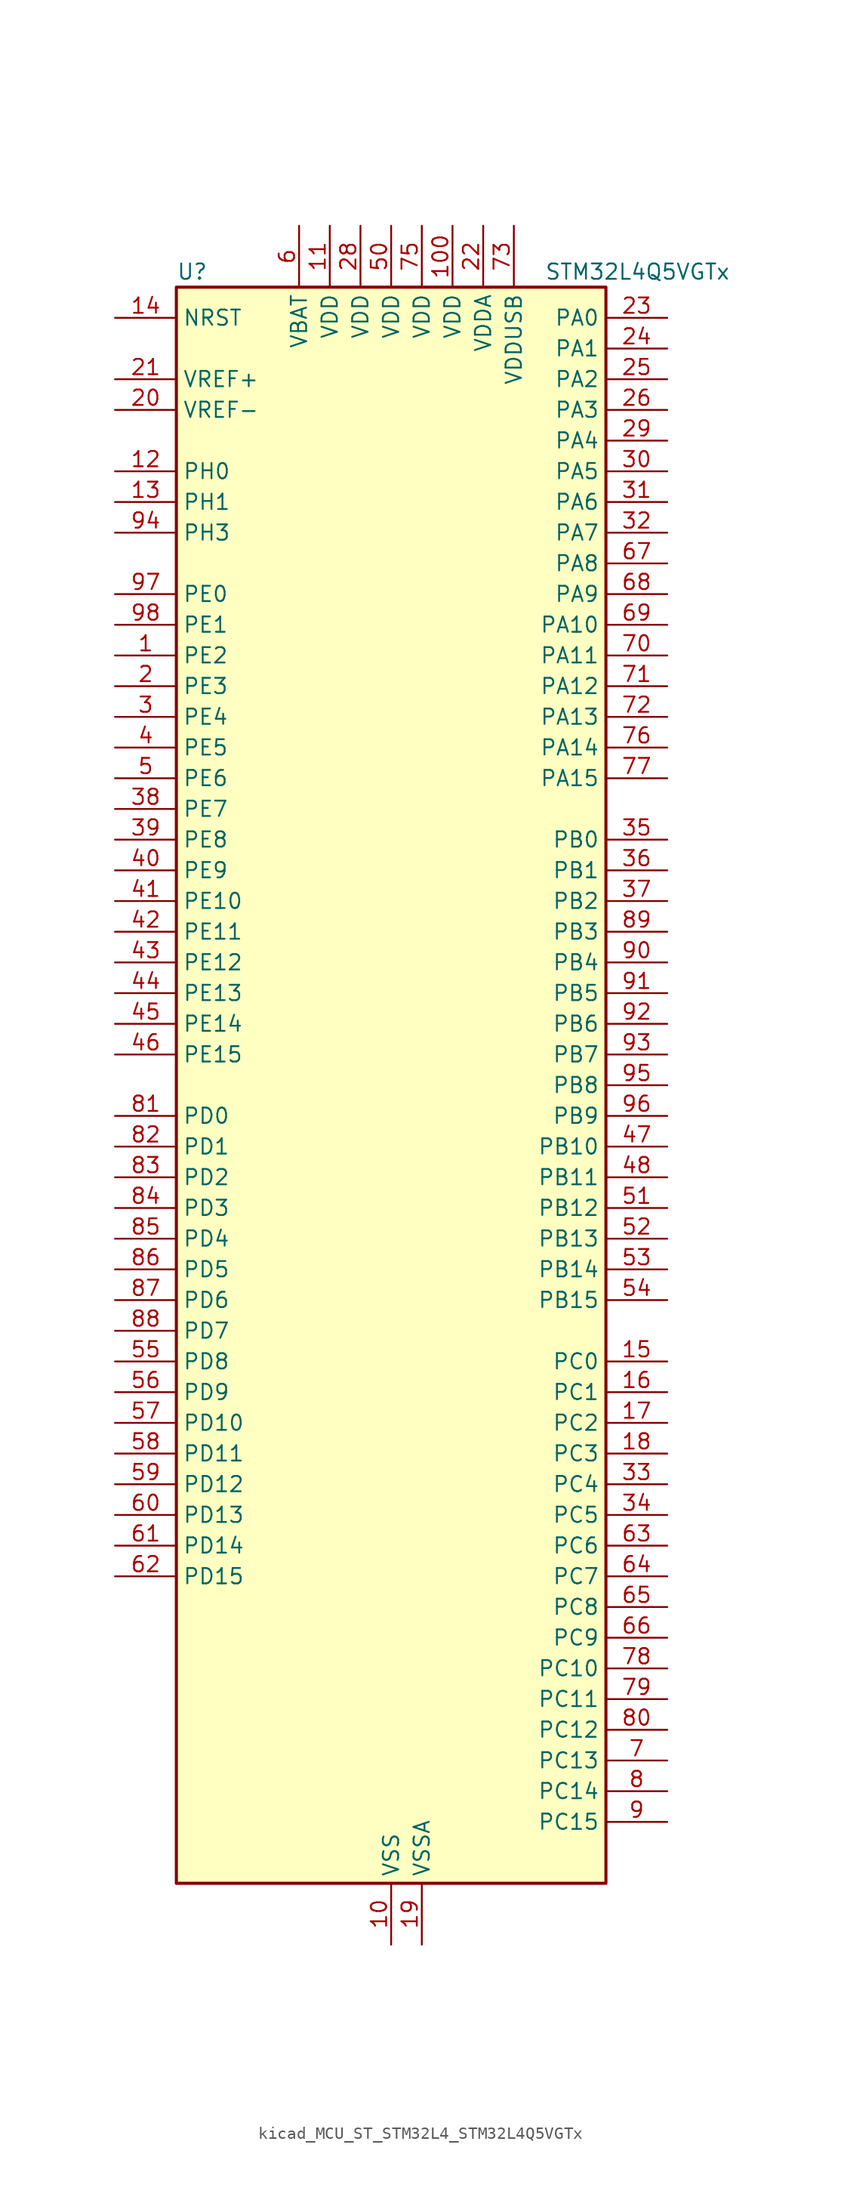
<source format=kicad_sym>
(kicad_symbol_lib
  (version 20220914)
  (generator kicad_symbol_editor)
  (symbol "kicad_MCU_ST_STM32L4_STM32L4Q5VGTx"
    (property "Reference" "U"
      (at -17.78 67.31 0)
      (effects (font (size 1.27 1.27)) (justify left)))
    (property "Value" "STM32L4Q5VGTx"
      (at 12.7 67.31 0)
      (effects (font (size 1.27 1.27)) (justify left)))
    (property "ki_locked" ""
      (at 0 0 0)
      (effects (font (size 1.27 1.27))))
    (symbol "kicad_MCU_ST_STM32L4_STM32L4Q5VGTx_0_1"
      (rectangle (start -17.78 -66.04) (end 17.78 66.04) (stroke (width 0.254) (type default)) (fill (type background))))
    (symbol "kicad_MCU_ST_STM32L4_STM32L4Q5VGTx_1_1"
      (pin bidirectional line (at -22.86 35.56 0) (length 5.08) (name "PE2" (effects (font (size 1.27 1.27)))) (number "1" (effects (font (size 1.27 1.27)))) (alternate "FMC_A23" bidirectional line) (alternate "LTDC_R7" bidirectional line) (alternate "SAI1_CK1" bidirectional line) (alternate "SAI1_MCLK_A" bidirectional line) (alternate "SYS_TRACECLK" bidirectional line) (alternate "TIM3_ETR" bidirectional line) (alternate "TSC_G7_IO1" bidirectional line))
      (pin power_in line (at 0 -71.12 90) (length 5.08) (name "VSS" (effects (font (size 1.27 1.27)))) (number "10" (effects (font (size 1.27 1.27)))))
      (pin power_in line (at 5.08 71.12 270) (length 5.08) (name "VDD" (effects (font (size 1.27 1.27)))) (number "100" (effects (font (size 1.27 1.27)))))
      (pin power_in line (at -5.08 71.12 270) (length 5.08) (name "VDD" (effects (font (size 1.27 1.27)))) (number "11" (effects (font (size 1.27 1.27)))))
      (pin bidirectional line (at -22.86 50.8 0) (length 5.08) (name "PH0" (effects (font (size 1.27 1.27)))) (number "12" (effects (font (size 1.27 1.27)))) (alternate "RCC_OSC_IN" bidirectional line))
      (pin bidirectional line (at -22.86 48.26 0) (length 5.08) (name "PH1" (effects (font (size 1.27 1.27)))) (number "13" (effects (font (size 1.27 1.27)))) (alternate "RCC_OSC_OUT" bidirectional line))
      (pin input line (at -22.86 63.5 0) (length 5.08) (name "NRST" (effects (font (size 1.27 1.27)))) (number "14" (effects (font (size 1.27 1.27)))))
      (pin bidirectional line (at 22.86 -22.86 180) (length 5.08) (name "PC0" (effects (font (size 1.27 1.27)))) (number "15" (effects (font (size 1.27 1.27)))) (alternate "ADC1_IN1" bidirectional line) (alternate "ADC2_IN1" bidirectional line) (alternate "I2C3_SCL" bidirectional line) (alternate "LPTIM1_IN1" bidirectional line) (alternate "LPTIM2_IN1" bidirectional line) (alternate "LPUART1_RX" bidirectional line) (alternate "LTDC_DE" bidirectional line) (alternate "SAI2_FS_A" bidirectional line) (alternate "SDMMC1_CMD" bidirectional line) (alternate "SDMMC2_CKIN" bidirectional line))
      (pin bidirectional line (at 22.86 -25.4 180) (length 5.08) (name "PC1" (effects (font (size 1.27 1.27)))) (number "16" (effects (font (size 1.27 1.27)))) (alternate "ADC1_IN2" bidirectional line) (alternate "ADC2_IN2" bidirectional line) (alternate "I2C3_SDA" bidirectional line) (alternate "LPTIM1_OUT" bidirectional line) (alternate "LPUART1_TX" bidirectional line) (alternate "OCTOSPIM_P1_IO4" bidirectional line) (alternate "SAI1_SD_A" bidirectional line) (alternate "SPI2_MOSI" bidirectional line) (alternate "SYS_TRACED0" bidirectional line))
      (pin bidirectional line (at 22.86 -27.94 180) (length 5.08) (name "PC2" (effects (font (size 1.27 1.27)))) (number "17" (effects (font (size 1.27 1.27)))) (alternate "ADC1_IN3" bidirectional line) (alternate "ADC2_IN3" bidirectional line) (alternate "DFSDM1_CKOUT" bidirectional line) (alternate "LPTIM1_IN2" bidirectional line) (alternate "LTDC_HSYNC" bidirectional line) (alternate "OCTOSPIM_P1_IO5" bidirectional line) (alternate "SPI2_MISO" bidirectional line))
      (pin bidirectional line (at 22.86 -30.48 180) (length 5.08) (name "PC3" (effects (font (size 1.27 1.27)))) (number "18" (effects (font (size 1.27 1.27)))) (alternate "ADC1_IN4" bidirectional line) (alternate "ADC2_IN4" bidirectional line) (alternate "LPTIM1_ETR" bidirectional line) (alternate "LPTIM2_ETR" bidirectional line) (alternate "OCTOSPIM_P1_IO6" bidirectional line) (alternate "SAI1_D1" bidirectional line) (alternate "SAI1_SD_A" bidirectional line) (alternate "SPI2_MOSI" bidirectional line))
      (pin power_in line (at 2.54 -71.12 90) (length 5.08) (name "VSSA" (effects (font (size 1.27 1.27)))) (number "19" (effects (font (size 1.27 1.27)))))
      (pin bidirectional line (at -22.86 33.02 0) (length 5.08) (name "PE3" (effects (font (size 1.27 1.27)))) (number "2" (effects (font (size 1.27 1.27)))) (alternate "FMC_A19" bidirectional line) (alternate "LTDC_R6" bidirectional line) (alternate "OCTOSPIM_P1_DQS" bidirectional line) (alternate "SAI1_SD_B" bidirectional line) (alternate "SYS_TRACED0" bidirectional line) (alternate "TIM3_CH1" bidirectional line) (alternate "TSC_G7_IO2" bidirectional line))
      (pin input line (at -22.86 55.88 0) (length 5.08) (name "VREF-" (effects (font (size 1.27 1.27)))) (number "20" (effects (font (size 1.27 1.27)))))
      (pin input line (at -22.86 58.42 0) (length 5.08) (name "VREF+" (effects (font (size 1.27 1.27)))) (number "21" (effects (font (size 1.27 1.27)))) (alternate "VREFBUF_OUT" bidirectional line))
      (pin power_in line (at 7.62 71.12 270) (length 5.08) (name "VDDA" (effects (font (size 1.27 1.27)))) (number "22" (effects (font (size 1.27 1.27)))))
      (pin bidirectional line (at 22.86 63.5 180) (length 5.08) (name "PA0" (effects (font (size 1.27 1.27)))) (number "23" (effects (font (size 1.27 1.27)))) (alternate "ADC1_IN5" bidirectional line) (alternate "ADC2_IN5" bidirectional line) (alternate "OPAMP1_VINP" bidirectional line) (alternate "RTC_TAMP2" bidirectional line) (alternate "SAI1_EXTCLK" bidirectional line) (alternate "SYS_WKUP1" bidirectional line) (alternate "TIM2_CH1" bidirectional line) (alternate "TIM2_ETR" bidirectional line) (alternate "TIM5_CH1" bidirectional line) (alternate "TIM8_ETR" bidirectional line) (alternate "UART4_TX" bidirectional line) (alternate "USART2_CTS" bidirectional line) (alternate "USART2_NSS" bidirectional line))
      (pin bidirectional line (at 22.86 60.96 180) (length 5.08) (name "PA1" (effects (font (size 1.27 1.27)))) (number "24" (effects (font (size 1.27 1.27)))) (alternate "ADC1_IN6" bidirectional line) (alternate "ADC2_IN6" bidirectional line) (alternate "I2C1_SMBA" bidirectional line) (alternate "OCTOSPIM_P1_DQS" bidirectional line) (alternate "OPAMP1_VINM" bidirectional line) (alternate "SDMMC2_CMD" bidirectional line) (alternate "SPI1_SCK" bidirectional line) (alternate "TIM15_CH1N" bidirectional line) (alternate "TIM2_CH2" bidirectional line) (alternate "TIM5_CH2" bidirectional line) (alternate "UART4_RX" bidirectional line) (alternate "USART2_DE" bidirectional line) (alternate "USART2_RTS" bidirectional line))
      (pin bidirectional line (at 22.86 58.42 180) (length 5.08) (name "PA2" (effects (font (size 1.27 1.27)))) (number "25" (effects (font (size 1.27 1.27)))) (alternate "ADC1_IN7" bidirectional line) (alternate "ADC2_IN7" bidirectional line) (alternate "LPUART1_TX" bidirectional line) (alternate "OCTOSPIM_P1_NCS" bidirectional line) (alternate "RCC_LSCO" bidirectional line) (alternate "SAI2_EXTCLK" bidirectional line) (alternate "SYS_WKUP4" bidirectional line) (alternate "TIM15_CH1" bidirectional line) (alternate "TIM2_CH3" bidirectional line) (alternate "TIM5_CH3" bidirectional line) (alternate "USART2_TX" bidirectional line))
      (pin bidirectional line (at 22.86 55.88 180) (length 5.08) (name "PA3" (effects (font (size 1.27 1.27)))) (number "26" (effects (font (size 1.27 1.27)))) (alternate "ADC1_IN8" bidirectional line) (alternate "ADC2_IN8" bidirectional line) (alternate "LPUART1_RX" bidirectional line) (alternate "OCTOSPIM_P1_CLK" bidirectional line) (alternate "OPAMP1_VOUT" bidirectional line) (alternate "SAI1_CK1" bidirectional line) (alternate "SAI1_MCLK_A" bidirectional line) (alternate "TIM15_CH2" bidirectional line) (alternate "TIM2_CH4" bidirectional line) (alternate "TIM5_CH4" bidirectional line) (alternate "USART2_RX" bidirectional line))
      (pin passive line (at 0 -71.12 90) (length 5.08) hide (name "VSS" (effects (font (size 1.27 1.27)))) (number "27" (effects (font (size 1.27 1.27)))))
      (pin power_in line (at -2.54 71.12 270) (length 5.08) (name "VDD" (effects (font (size 1.27 1.27)))) (number "28" (effects (font (size 1.27 1.27)))))
      (pin bidirectional line (at 22.86 53.34 180) (length 5.08) (name "PA4" (effects (font (size 1.27 1.27)))) (number "29" (effects (font (size 1.27 1.27)))) (alternate "ADC1_IN9" bidirectional line) (alternate "ADC2_IN9" bidirectional line) (alternate "DAC1_OUT1" bidirectional line) (alternate "DCMI_HSYNC" bidirectional line) (alternate "LPTIM2_OUT" bidirectional line) (alternate "LTDC_CLK" bidirectional line) (alternate "OCTOSPIM_P1_NCS" bidirectional line) (alternate "PSSI_DE" bidirectional line) (alternate "SAI1_FS_B" bidirectional line) (alternate "SPI1_NSS" bidirectional line) (alternate "SPI3_NSS" bidirectional line) (alternate "USART2_CK" bidirectional line))
      (pin bidirectional line (at -22.86 30.48 0) (length 5.08) (name "PE4" (effects (font (size 1.27 1.27)))) (number "3" (effects (font (size 1.27 1.27)))) (alternate "DCMI_D4" bidirectional line) (alternate "DFSDM1_DATIN3" bidirectional line) (alternate "FMC_A20" bidirectional line) (alternate "LTDC_B7" bidirectional line) (alternate "PSSI_D4" bidirectional line) (alternate "SAI1_D2" bidirectional line) (alternate "SAI1_FS_A" bidirectional line) (alternate "SYS_TRACED1" bidirectional line) (alternate "TIM3_CH2" bidirectional line) (alternate "TSC_G7_IO3" bidirectional line))
      (pin bidirectional line (at 22.86 50.8 180) (length 5.08) (name "PA5" (effects (font (size 1.27 1.27)))) (number "30" (effects (font (size 1.27 1.27)))) (alternate "ADC1_IN10" bidirectional line) (alternate "ADC2_IN10" bidirectional line) (alternate "DAC1_OUT2" bidirectional line) (alternate "LPTIM2_ETR" bidirectional line) (alternate "LTDC_R7" bidirectional line) (alternate "PSSI_D14" bidirectional line) (alternate "SPI1_SCK" bidirectional line) (alternate "TIM2_CH1" bidirectional line) (alternate "TIM2_ETR" bidirectional line) (alternate "TIM8_CH1N" bidirectional line))
      (pin bidirectional line (at 22.86 48.26 180) (length 5.08) (name "PA6" (effects (font (size 1.27 1.27)))) (number "31" (effects (font (size 1.27 1.27)))) (alternate "ADC1_IN11" bidirectional line) (alternate "ADC2_IN11" bidirectional line) (alternate "DCMI_PIXCLK" bidirectional line) (alternate "LPUART1_CTS" bidirectional line) (alternate "OCTOSPIM_P1_IO3" bidirectional line) (alternate "OPAMP2_VINP" bidirectional line) (alternate "PSSI_PDCK" bidirectional line) (alternate "SPI1_MISO" bidirectional line) (alternate "TIM16_CH1" bidirectional line) (alternate "TIM1_BKIN" bidirectional line) (alternate "TIM3_CH1" bidirectional line) (alternate "TIM8_BKIN" bidirectional line) (alternate "USART3_CTS" bidirectional line) (alternate "USART3_NSS" bidirectional line))
      (pin bidirectional line (at 22.86 45.72 180) (length 5.08) (name "PA7" (effects (font (size 1.27 1.27)))) (number "32" (effects (font (size 1.27 1.27)))) (alternate "ADC1_IN12" bidirectional line) (alternate "ADC2_IN12" bidirectional line) (alternate "I2C3_SCL" bidirectional line) (alternate "OCTOSPIM_P1_IO2" bidirectional line) (alternate "OPAMP2_VINM" bidirectional line) (alternate "SPI1_MOSI" bidirectional line) (alternate "TIM17_CH1" bidirectional line) (alternate "TIM1_CH1N" bidirectional line) (alternate "TIM3_CH2" bidirectional line) (alternate "TIM8_CH1N" bidirectional line))
      (pin bidirectional line (at 22.86 -33.02 180) (length 5.08) (name "PC4" (effects (font (size 1.27 1.27)))) (number "33" (effects (font (size 1.27 1.27)))) (alternate "ADC1_IN13" bidirectional line) (alternate "ADC2_IN13" bidirectional line) (alternate "COMP1_INM" bidirectional line) (alternate "OCTOSPIM_P1_IO7" bidirectional line) (alternate "OCTOSPIM_P2_NCS" bidirectional line) (alternate "USART3_TX" bidirectional line))
      (pin bidirectional line (at 22.86 -35.56 180) (length 5.08) (name "PC5" (effects (font (size 1.27 1.27)))) (number "34" (effects (font (size 1.27 1.27)))) (alternate "ADC1_IN14" bidirectional line) (alternate "ADC2_IN14" bidirectional line) (alternate "COMP1_INP" bidirectional line) (alternate "LTDC_CLK" bidirectional line) (alternate "PSSI_D15" bidirectional line) (alternate "SAI1_D3" bidirectional line) (alternate "SYS_WKUP5" bidirectional line) (alternate "USART3_RX" bidirectional line))
      (pin bidirectional line (at 22.86 20.32 180) (length 5.08) (name "PB0" (effects (font (size 1.27 1.27)))) (number "35" (effects (font (size 1.27 1.27)))) (alternate "ADC1_IN15" bidirectional line) (alternate "ADC2_IN15" bidirectional line) (alternate "COMP1_OUT" bidirectional line) (alternate "LTDC_B6" bidirectional line) (alternate "OCTOSPIM_P1_IO1" bidirectional line) (alternate "OPAMP2_VOUT" bidirectional line) (alternate "SAI1_EXTCLK" bidirectional line) (alternate "SPI1_NSS" bidirectional line) (alternate "TIM1_CH2N" bidirectional line) (alternate "TIM3_CH3" bidirectional line) (alternate "TIM8_CH2N" bidirectional line) (alternate "USART3_CK" bidirectional line))
      (pin bidirectional line (at 22.86 17.78 180) (length 5.08) (name "PB1" (effects (font (size 1.27 1.27)))) (number "36" (effects (font (size 1.27 1.27)))) (alternate "ADC1_IN16" bidirectional line) (alternate "ADC2_IN16" bidirectional line) (alternate "COMP1_INM" bidirectional line) (alternate "DFSDM1_DATIN0" bidirectional line) (alternate "LPTIM2_IN1" bidirectional line) (alternate "LPUART1_DE" bidirectional line) (alternate "LPUART1_RTS" bidirectional line) (alternate "LTDC_G6" bidirectional line) (alternate "OCTOSPIM_P1_IO0" bidirectional line) (alternate "TIM1_CH3N" bidirectional line) (alternate "TIM3_CH4" bidirectional line) (alternate "TIM8_CH3N" bidirectional line) (alternate "USART3_DE" bidirectional line) (alternate "USART3_RTS" bidirectional line))
      (pin bidirectional line (at 22.86 15.24 180) (length 5.08) (name "PB2" (effects (font (size 1.27 1.27)))) (number "37" (effects (font (size 1.27 1.27)))) (alternate "COMP1_INP" bidirectional line) (alternate "DFSDM1_CKIN0" bidirectional line) (alternate "I2C3_SMBA" bidirectional line) (alternate "LPTIM1_OUT" bidirectional line) (alternate "OCTOSPIM_P1_DQS" bidirectional line) (alternate "RTC_OUT2" bidirectional line))
      (pin bidirectional line (at -22.86 22.86 0) (length 5.08) (name "PE7" (effects (font (size 1.27 1.27)))) (number "38" (effects (font (size 1.27 1.27)))) (alternate "DFSDM1_DATIN2" bidirectional line) (alternate "FMC_D4" bidirectional line) (alternate "FMC_DA4" bidirectional line) (alternate "LTDC_B6" bidirectional line) (alternate "SAI1_SD_B" bidirectional line) (alternate "TIM1_ETR" bidirectional line))
      (pin bidirectional line (at -22.86 20.32 0) (length 5.08) (name "PE8" (effects (font (size 1.27 1.27)))) (number "39" (effects (font (size 1.27 1.27)))) (alternate "DFSDM1_CKIN2" bidirectional line) (alternate "FMC_D5" bidirectional line) (alternate "FMC_DA5" bidirectional line) (alternate "LTDC_B7" bidirectional line) (alternate "SAI1_SCK_B" bidirectional line) (alternate "TIM1_CH1N" bidirectional line))
      (pin bidirectional line (at -22.86 27.94 0) (length 5.08) (name "PE5" (effects (font (size 1.27 1.27)))) (number "4" (effects (font (size 1.27 1.27)))) (alternate "DCMI_D6" bidirectional line) (alternate "DFSDM1_CKIN3" bidirectional line) (alternate "FMC_A21" bidirectional line) (alternate "LTDC_G7" bidirectional line) (alternate "PSSI_D6" bidirectional line) (alternate "SAI1_CK2" bidirectional line) (alternate "SAI1_SCK_A" bidirectional line) (alternate "SYS_TRACED2" bidirectional line) (alternate "TIM3_CH3" bidirectional line) (alternate "TSC_G7_IO4" bidirectional line))
      (pin bidirectional line (at -22.86 17.78 0) (length 5.08) (name "PE9" (effects (font (size 1.27 1.27)))) (number "40" (effects (font (size 1.27 1.27)))) (alternate "DAC1_EXTI9" bidirectional line) (alternate "DFSDM1_CKOUT" bidirectional line) (alternate "FMC_D6" bidirectional line) (alternate "FMC_DA6" bidirectional line) (alternate "LTDC_G2" bidirectional line) (alternate "OCTOSPIM_P1_NCLK" bidirectional line) (alternate "SAI1_FS_B" bidirectional line) (alternate "TIM1_CH1" bidirectional line))
      (pin bidirectional line (at -22.86 15.24 0) (length 5.08) (name "PE10" (effects (font (size 1.27 1.27)))) (number "41" (effects (font (size 1.27 1.27)))) (alternate "FMC_D7" bidirectional line) (alternate "FMC_DA7" bidirectional line) (alternate "LTDC_G3" bidirectional line) (alternate "OCTOSPIM_P1_CLK" bidirectional line) (alternate "SAI1_MCLK_B" bidirectional line) (alternate "TIM1_CH2N" bidirectional line) (alternate "TSC_G5_IO1" bidirectional line))
      (pin bidirectional line (at -22.86 12.7 0) (length 5.08) (name "PE11" (effects (font (size 1.27 1.27)))) (number "42" (effects (font (size 1.27 1.27)))) (alternate "ADC1_EXTI11" bidirectional line) (alternate "ADC2_EXTI11" bidirectional line) (alternate "FMC_D8" bidirectional line) (alternate "FMC_DA8" bidirectional line) (alternate "LTDC_G4" bidirectional line) (alternate "OCTOSPIM_P1_NCS" bidirectional line) (alternate "TIM1_CH2" bidirectional line) (alternate "TSC_G5_IO2" bidirectional line))
      (pin bidirectional line (at -22.86 10.16 0) (length 5.08) (name "PE12" (effects (font (size 1.27 1.27)))) (number "43" (effects (font (size 1.27 1.27)))) (alternate "FMC_D9" bidirectional line) (alternate "FMC_DA9" bidirectional line) (alternate "LTDC_G5" bidirectional line) (alternate "OCTOSPIM_P1_IO0" bidirectional line) (alternate "SPI1_NSS" bidirectional line) (alternate "TIM1_CH3N" bidirectional line) (alternate "TSC_G5_IO3" bidirectional line))
      (pin bidirectional line (at -22.86 7.62 0) (length 5.08) (name "PE13" (effects (font (size 1.27 1.27)))) (number "44" (effects (font (size 1.27 1.27)))) (alternate "FMC_D10" bidirectional line) (alternate "FMC_DA10" bidirectional line) (alternate "LTDC_G6" bidirectional line) (alternate "OCTOSPIM_P1_IO1" bidirectional line) (alternate "SPI1_SCK" bidirectional line) (alternate "TIM1_CH3" bidirectional line) (alternate "TSC_G5_IO4" bidirectional line))
      (pin bidirectional line (at -22.86 5.08 0) (length 5.08) (name "PE14" (effects (font (size 1.27 1.27)))) (number "45" (effects (font (size 1.27 1.27)))) (alternate "FMC_D11" bidirectional line) (alternate "FMC_DA11" bidirectional line) (alternate "LTDC_G7" bidirectional line) (alternate "OCTOSPIM_P1_IO2" bidirectional line) (alternate "SPI1_MISO" bidirectional line) (alternate "TIM1_BKIN2" bidirectional line) (alternate "TIM1_CH4" bidirectional line))
      (pin bidirectional line (at -22.86 2.54 0) (length 5.08) (name "PE15" (effects (font (size 1.27 1.27)))) (number "46" (effects (font (size 1.27 1.27)))) (alternate "ADC1_EXTI15" bidirectional line) (alternate "ADC2_EXTI15" bidirectional line) (alternate "FMC_D12" bidirectional line) (alternate "FMC_DA12" bidirectional line) (alternate "LTDC_R2" bidirectional line) (alternate "OCTOSPIM_P1_IO3" bidirectional line) (alternate "SPI1_MOSI" bidirectional line) (alternate "TIM1_BKIN" bidirectional line))
      (pin bidirectional line (at 22.86 -5.08 180) (length 5.08) (name "PB10" (effects (font (size 1.27 1.27)))) (number "47" (effects (font (size 1.27 1.27)))) (alternate "COMP1_OUT" bidirectional line) (alternate "I2C2_SCL" bidirectional line) (alternate "I2C4_SCL" bidirectional line) (alternate "LPUART1_RX" bidirectional line) (alternate "OCTOSPIM_P1_CLK" bidirectional line) (alternate "OCTOSPIM_P1_IO3" bidirectional line) (alternate "SAI1_SCK_A" bidirectional line) (alternate "SPI2_SCK" bidirectional line) (alternate "TIM2_CH3" bidirectional line) (alternate "TSC_SYNC" bidirectional line) (alternate "USART3_TX" bidirectional line))
      (pin bidirectional line (at 22.86 -7.62 180) (length 5.08) (name "PB11" (effects (font (size 1.27 1.27)))) (number "48" (effects (font (size 1.27 1.27)))) (alternate "ADC1_EXTI11" bidirectional line) (alternate "ADC2_EXTI11" bidirectional line) (alternate "COMP2_OUT" bidirectional line) (alternate "I2C2_SDA" bidirectional line) (alternate "I2C4_SDA" bidirectional line) (alternate "LPUART1_TX" bidirectional line) (alternate "LTDC_VSYNC" bidirectional line) (alternate "OCTOSPIM_P1_NCS" bidirectional line) (alternate "TIM2_CH4" bidirectional line) (alternate "USART3_RX" bidirectional line))
      (pin passive line (at 0 -71.12 90) (length 5.08) hide (name "VSS" (effects (font (size 1.27 1.27)))) (number "49" (effects (font (size 1.27 1.27)))))
      (pin bidirectional line (at -22.86 25.4 0) (length 5.08) (name "PE6" (effects (font (size 1.27 1.27)))) (number "5" (effects (font (size 1.27 1.27)))) (alternate "DCMI_D7" bidirectional line) (alternate "FMC_A22" bidirectional line) (alternate "LTDC_G6" bidirectional line) (alternate "PSSI_D7" bidirectional line) (alternate "RTC_TAMP3" bidirectional line) (alternate "SAI1_D1" bidirectional line) (alternate "SAI1_SD_A" bidirectional line) (alternate "SYS_TRACED3" bidirectional line) (alternate "SYS_WKUP3" bidirectional line) (alternate "TIM3_CH4" bidirectional line))
      (pin power_in line (at 0 71.12 270) (length 5.08) (name "VDD" (effects (font (size 1.27 1.27)))) (number "50" (effects (font (size 1.27 1.27)))))
      (pin bidirectional line (at 22.86 -10.16 180) (length 5.08) (name "PB12" (effects (font (size 1.27 1.27)))) (number "51" (effects (font (size 1.27 1.27)))) (alternate "DFSDM1_DATIN1" bidirectional line) (alternate "I2C2_SMBA" bidirectional line) (alternate "LPUART1_DE" bidirectional line) (alternate "LPUART1_RTS" bidirectional line) (alternate "OCTOSPIM_P1_NCLK" bidirectional line) (alternate "SAI2_FS_A" bidirectional line) (alternate "SDMMC2_CK" bidirectional line) (alternate "SPI2_NSS" bidirectional line) (alternate "TIM15_BKIN" bidirectional line) (alternate "TIM1_BKIN" bidirectional line) (alternate "TSC_G1_IO1" bidirectional line) (alternate "USART3_CK" bidirectional line))
      (pin bidirectional line (at 22.86 -12.7 180) (length 5.08) (name "PB13" (effects (font (size 1.27 1.27)))) (number "52" (effects (font (size 1.27 1.27)))) (alternate "DFSDM1_CKIN1" bidirectional line) (alternate "I2C2_SCL" bidirectional line) (alternate "LPUART1_CTS" bidirectional line) (alternate "OCTOSPIM_P1_IO1" bidirectional line) (alternate "SAI2_SCK_A" bidirectional line) (alternate "SPI2_SCK" bidirectional line) (alternate "TIM15_CH1N" bidirectional line) (alternate "TIM1_CH1N" bidirectional line) (alternate "TSC_G1_IO2" bidirectional line) (alternate "USART3_CTS" bidirectional line) (alternate "USART3_NSS" bidirectional line))
      (pin bidirectional line (at 22.86 -15.24 180) (length 5.08) (name "PB14" (effects (font (size 1.27 1.27)))) (number "53" (effects (font (size 1.27 1.27)))) (alternate "DFSDM1_DATIN2" bidirectional line) (alternate "I2C2_SDA" bidirectional line) (alternate "OCTOSPIM_P1_IO6" bidirectional line) (alternate "SAI2_MCLK_A" bidirectional line) (alternate "SDMMC2_D0" bidirectional line) (alternate "SPI2_MISO" bidirectional line) (alternate "TIM15_CH1" bidirectional line) (alternate "TIM1_CH2N" bidirectional line) (alternate "TIM8_CH2N" bidirectional line) (alternate "TSC_G1_IO3" bidirectional line) (alternate "USART3_DE" bidirectional line) (alternate "USART3_RTS" bidirectional line))
      (pin bidirectional line (at 22.86 -17.78 180) (length 5.08) (name "PB15" (effects (font (size 1.27 1.27)))) (number "54" (effects (font (size 1.27 1.27)))) (alternate "ADC1_EXTI15" bidirectional line) (alternate "ADC2_EXTI15" bidirectional line) (alternate "DFSDM1_CKIN2" bidirectional line) (alternate "OCTOSPIM_P1_IO7" bidirectional line) (alternate "RTC_REFIN" bidirectional line) (alternate "SAI2_SD_A" bidirectional line) (alternate "SDMMC2_D1" bidirectional line) (alternate "SPI2_MOSI" bidirectional line) (alternate "TIM15_CH2" bidirectional line) (alternate "TIM1_CH3N" bidirectional line) (alternate "TIM8_CH3N" bidirectional line) (alternate "TSC_G1_IO4" bidirectional line))
      (pin bidirectional line (at -22.86 -22.86 0) (length 5.08) (name "PD8" (effects (font (size 1.27 1.27)))) (number "55" (effects (font (size 1.27 1.27)))) (alternate "DCMI_HSYNC" bidirectional line) (alternate "FMC_D13" bidirectional line) (alternate "FMC_DA13" bidirectional line) (alternate "LTDC_R3" bidirectional line) (alternate "PSSI_DE" bidirectional line) (alternate "USART3_TX" bidirectional line))
      (pin bidirectional line (at -22.86 -25.4 0) (length 5.08) (name "PD9" (effects (font (size 1.27 1.27)))) (number "56" (effects (font (size 1.27 1.27)))) (alternate "DAC1_EXTI9" bidirectional line) (alternate "DCMI_PIXCLK" bidirectional line) (alternate "FMC_D14" bidirectional line) (alternate "FMC_DA14" bidirectional line) (alternate "LTDC_R4" bidirectional line) (alternate "PSSI_PDCK" bidirectional line) (alternate "SAI2_MCLK_A" bidirectional line) (alternate "USART3_RX" bidirectional line))
      (pin bidirectional line (at -22.86 -27.94 0) (length 5.08) (name "PD10" (effects (font (size 1.27 1.27)))) (number "57" (effects (font (size 1.27 1.27)))) (alternate "FMC_D15" bidirectional line) (alternate "FMC_DA15" bidirectional line) (alternate "LTDC_R5" bidirectional line) (alternate "SAI2_SCK_A" bidirectional line) (alternate "TSC_G6_IO1" bidirectional line) (alternate "USART3_CK" bidirectional line))
      (pin bidirectional line (at -22.86 -30.48 0) (length 5.08) (name "PD11" (effects (font (size 1.27 1.27)))) (number "58" (effects (font (size 1.27 1.27)))) (alternate "ADC1_EXTI11" bidirectional line) (alternate "ADC2_EXTI11" bidirectional line) (alternate "FMC_A16" bidirectional line) (alternate "FMC_CLE" bidirectional line) (alternate "I2C4_SMBA" bidirectional line) (alternate "LPTIM2_ETR" bidirectional line) (alternate "LTDC_R6" bidirectional line) (alternate "SAI2_SD_A" bidirectional line) (alternate "TSC_G6_IO2" bidirectional line) (alternate "USART3_CTS" bidirectional line) (alternate "USART3_NSS" bidirectional line))
      (pin bidirectional line (at -22.86 -33.02 0) (length 5.08) (name "PD12" (effects (font (size 1.27 1.27)))) (number "59" (effects (font (size 1.27 1.27)))) (alternate "FMC_A17" bidirectional line) (alternate "FMC_ALE" bidirectional line) (alternate "I2C4_SCL" bidirectional line) (alternate "LPTIM2_IN1" bidirectional line) (alternate "LTDC_R7" bidirectional line) (alternate "SAI2_FS_A" bidirectional line) (alternate "TIM4_CH1" bidirectional line) (alternate "TSC_G6_IO3" bidirectional line) (alternate "USART3_DE" bidirectional line) (alternate "USART3_RTS" bidirectional line))
      (pin power_in line (at -7.62 71.12 270) (length 5.08) (name "VBAT" (effects (font (size 1.27 1.27)))) (number "6" (effects (font (size 1.27 1.27)))))
      (pin bidirectional line (at -22.86 -35.56 0) (length 5.08) (name "PD13" (effects (font (size 1.27 1.27)))) (number "60" (effects (font (size 1.27 1.27)))) (alternate "FMC_A18" bidirectional line) (alternate "I2C4_SDA" bidirectional line) (alternate "LPTIM2_OUT" bidirectional line) (alternate "TIM4_CH2" bidirectional line) (alternate "TSC_G6_IO4" bidirectional line))
      (pin bidirectional line (at -22.86 -38.1 0) (length 5.08) (name "PD14" (effects (font (size 1.27 1.27)))) (number "61" (effects (font (size 1.27 1.27)))) (alternate "FMC_D0" bidirectional line) (alternate "FMC_DA0" bidirectional line) (alternate "LTDC_B2" bidirectional line) (alternate "TIM4_CH3" bidirectional line))
      (pin bidirectional line (at -22.86 -40.64 0) (length 5.08) (name "PD15" (effects (font (size 1.27 1.27)))) (number "62" (effects (font (size 1.27 1.27)))) (alternate "ADC1_EXTI15" bidirectional line) (alternate "ADC2_EXTI15" bidirectional line) (alternate "FMC_D1" bidirectional line) (alternate "FMC_DA1" bidirectional line) (alternate "LTDC_B3" bidirectional line) (alternate "TIM4_CH4" bidirectional line))
      (pin bidirectional line (at 22.86 -38.1 180) (length 5.08) (name "PC6" (effects (font (size 1.27 1.27)))) (number "63" (effects (font (size 1.27 1.27)))) (alternate "DCMI_D0" bidirectional line) (alternate "DFSDM1_CKIN3" bidirectional line) (alternate "LTDC_G7" bidirectional line) (alternate "PSSI_D0" bidirectional line) (alternate "SAI2_MCLK_A" bidirectional line) (alternate "SDMMC1_D0DIR" bidirectional line) (alternate "SDMMC1_D6" bidirectional line) (alternate "SDMMC2_D6" bidirectional line) (alternate "TIM3_CH1" bidirectional line) (alternate "TIM8_CH1" bidirectional line) (alternate "TSC_G4_IO1" bidirectional line))
      (pin bidirectional line (at 22.86 -40.64 180) (length 5.08) (name "PC7" (effects (font (size 1.27 1.27)))) (number "64" (effects (font (size 1.27 1.27)))) (alternate "DCMI_D1" bidirectional line) (alternate "DFSDM1_DATIN3" bidirectional line) (alternate "LTDC_B6" bidirectional line) (alternate "PSSI_D1" bidirectional line) (alternate "SAI2_MCLK_B" bidirectional line) (alternate "SDMMC1_D123DIR" bidirectional line) (alternate "SDMMC1_D7" bidirectional line) (alternate "SDMMC2_D7" bidirectional line) (alternate "TIM3_CH2" bidirectional line) (alternate "TIM8_CH2" bidirectional line) (alternate "TSC_G4_IO2" bidirectional line))
      (pin bidirectional line (at 22.86 -43.18 180) (length 5.08) (name "PC8" (effects (font (size 1.27 1.27)))) (number "65" (effects (font (size 1.27 1.27)))) (alternate "DCMI_D2" bidirectional line) (alternate "PSSI_D2" bidirectional line) (alternate "SDMMC1_D0" bidirectional line) (alternate "TIM3_CH3" bidirectional line) (alternate "TIM8_CH3" bidirectional line) (alternate "TSC_G4_IO3" bidirectional line))
      (pin bidirectional line (at 22.86 -45.72 180) (length 5.08) (name "PC9" (effects (font (size 1.27 1.27)))) (number "66" (effects (font (size 1.27 1.27)))) (alternate "DAC1_EXTI9" bidirectional line) (alternate "DCMI_D3" bidirectional line) (alternate "I2C3_SDA" bidirectional line) (alternate "PSSI_D3" bidirectional line) (alternate "SAI2_EXTCLK" bidirectional line) (alternate "SDMMC1_D1" bidirectional line) (alternate "SYS_TRACED0" bidirectional line) (alternate "TIM3_CH4" bidirectional line) (alternate "TIM8_BKIN2" bidirectional line) (alternate "TIM8_CH4" bidirectional line) (alternate "TSC_G4_IO4" bidirectional line) (alternate "USB_OTG_FS_NOE" bidirectional line))
      (pin bidirectional line (at 22.86 43.18 180) (length 5.08) (name "PA8" (effects (font (size 1.27 1.27)))) (number "67" (effects (font (size 1.27 1.27)))) (alternate "LPTIM2_OUT" bidirectional line) (alternate "LTDC_B7" bidirectional line) (alternate "RCC_MCO" bidirectional line) (alternate "SAI1_CK2" bidirectional line) (alternate "SAI1_SCK_A" bidirectional line) (alternate "TIM1_CH1" bidirectional line) (alternate "USART1_CK" bidirectional line) (alternate "USB_OTG_FS_SOF" bidirectional line))
      (pin bidirectional line (at 22.86 40.64 180) (length 5.08) (name "PA9" (effects (font (size 1.27 1.27)))) (number "68" (effects (font (size 1.27 1.27)))) (alternate "DAC1_EXTI9" bidirectional line) (alternate "DCMI_D0" bidirectional line) (alternate "LTDC_G7" bidirectional line) (alternate "PSSI_D0" bidirectional line) (alternate "SAI1_FS_A" bidirectional line) (alternate "SPI2_SCK" bidirectional line) (alternate "TIM15_BKIN" bidirectional line) (alternate "TIM1_CH2" bidirectional line) (alternate "USART1_TX" bidirectional line) (alternate "USB_OTG_FS_VBUS" bidirectional line))
      (pin bidirectional line (at 22.86 38.1 180) (length 5.08) (name "PA10" (effects (font (size 1.27 1.27)))) (number "69" (effects (font (size 1.27 1.27)))) (alternate "DCMI_D1" bidirectional line) (alternate "LTDC_G6" bidirectional line) (alternate "PSSI_D1" bidirectional line) (alternate "SAI1_D1" bidirectional line) (alternate "SAI1_SD_A" bidirectional line) (alternate "TIM17_BKIN" bidirectional line) (alternate "TIM1_CH3" bidirectional line) (alternate "USART1_RX" bidirectional line) (alternate "USB_OTG_FS_ID" bidirectional line))
      (pin bidirectional line (at 22.86 -55.88 180) (length 5.08) (name "PC13" (effects (font (size 1.27 1.27)))) (number "7" (effects (font (size 1.27 1.27)))) (alternate "RTC_OUT1" bidirectional line) (alternate "RTC_TAMP1" bidirectional line) (alternate "RTC_TS" bidirectional line) (alternate "SYS_WKUP2" bidirectional line))
      (pin bidirectional line (at 22.86 35.56 180) (length 5.08) (name "PA11" (effects (font (size 1.27 1.27)))) (number "70" (effects (font (size 1.27 1.27)))) (alternate "ADC1_EXTI11" bidirectional line) (alternate "ADC2_EXTI11" bidirectional line) (alternate "CAN1_RX" bidirectional line) (alternate "LTDC_DE" bidirectional line) (alternate "SPI1_MISO" bidirectional line) (alternate "TIM1_BKIN2" bidirectional line) (alternate "TIM1_CH4" bidirectional line) (alternate "USART1_CTS" bidirectional line) (alternate "USART1_NSS" bidirectional line) (alternate "USB_OTG_FS_DM" bidirectional line))
      (pin bidirectional line (at 22.86 33.02 180) (length 5.08) (name "PA12" (effects (font (size 1.27 1.27)))) (number "71" (effects (font (size 1.27 1.27)))) (alternate "CAN1_TX" bidirectional line) (alternate "LTDC_VSYNC" bidirectional line) (alternate "OCTOSPIM_P2_NCS" bidirectional line) (alternate "SPI1_MOSI" bidirectional line) (alternate "TIM1_ETR" bidirectional line) (alternate "USART1_DE" bidirectional line) (alternate "USART1_RTS" bidirectional line) (alternate "USB_OTG_FS_DP" bidirectional line))
      (pin bidirectional line (at 22.86 30.48 180) (length 5.08) (name "PA13" (effects (font (size 1.27 1.27)))) (number "72" (effects (font (size 1.27 1.27)))) (alternate "IR_OUT" bidirectional line) (alternate "SAI1_SD_B" bidirectional line) (alternate "SYS_JTMS-SWDIO" bidirectional line) (alternate "USB_OTG_FS_NOE" bidirectional line))
      (pin power_in line (at 10.16 71.12 270) (length 5.08) (name "VDDUSB" (effects (font (size 1.27 1.27)))) (number "73" (effects (font (size 1.27 1.27)))))
      (pin passive line (at 0 -71.12 90) (length 5.08) hide (name "VSS" (effects (font (size 1.27 1.27)))) (number "74" (effects (font (size 1.27 1.27)))))
      (pin power_in line (at 2.54 71.12 270) (length 5.08) (name "VDD" (effects (font (size 1.27 1.27)))) (number "75" (effects (font (size 1.27 1.27)))))
      (pin bidirectional line (at 22.86 27.94 180) (length 5.08) (name "PA14" (effects (font (size 1.27 1.27)))) (number "76" (effects (font (size 1.27 1.27)))) (alternate "I2C1_SMBA" bidirectional line) (alternate "I2C4_SMBA" bidirectional line) (alternate "LPTIM1_OUT" bidirectional line) (alternate "SAI1_FS_B" bidirectional line) (alternate "SYS_JTCK-SWCLK" bidirectional line) (alternate "USB_OTG_FS_SOF" bidirectional line))
      (pin bidirectional line (at 22.86 25.4 180) (length 5.08) (name "PA15" (effects (font (size 1.27 1.27)))) (number "77" (effects (font (size 1.27 1.27)))) (alternate "ADC1_EXTI15" bidirectional line) (alternate "ADC2_EXTI15" bidirectional line) (alternate "LTDC_HSYNC" bidirectional line) (alternate "SAI2_FS_B" bidirectional line) (alternate "SPI1_NSS" bidirectional line) (alternate "SPI3_NSS" bidirectional line) (alternate "SYS_JTDI" bidirectional line) (alternate "TIM2_CH1" bidirectional line) (alternate "TIM2_ETR" bidirectional line) (alternate "TSC_G3_IO1" bidirectional line) (alternate "UART4_DE" bidirectional line) (alternate "UART4_RTS" bidirectional line) (alternate "USART2_RX" bidirectional line) (alternate "USART3_DE" bidirectional line) (alternate "USART3_RTS" bidirectional line))
      (pin bidirectional line (at 22.86 -48.26 180) (length 5.08) (name "PC10" (effects (font (size 1.27 1.27)))) (number "78" (effects (font (size 1.27 1.27)))) (alternate "DCMI_D8" bidirectional line) (alternate "DCMI_VSYNC" bidirectional line) (alternate "PSSI_D8" bidirectional line) (alternate "PSSI_RDY" bidirectional line) (alternate "SAI2_SCK_B" bidirectional line) (alternate "SDMMC1_D2" bidirectional line) (alternate "SPI3_SCK" bidirectional line) (alternate "SYS_TRACED1" bidirectional line) (alternate "TSC_G3_IO2" bidirectional line) (alternate "UART4_TX" bidirectional line) (alternate "USART3_TX" bidirectional line))
      (pin bidirectional line (at 22.86 -50.8 180) (length 5.08) (name "PC11" (effects (font (size 1.27 1.27)))) (number "79" (effects (font (size 1.27 1.27)))) (alternate "ADC1_EXTI11" bidirectional line) (alternate "ADC2_EXTI11" bidirectional line) (alternate "DCMI_D2" bidirectional line) (alternate "DCMI_D4" bidirectional line) (alternate "OCTOSPIM_P1_NCS" bidirectional line) (alternate "PSSI_D2" bidirectional line) (alternate "PSSI_D4" bidirectional line) (alternate "SAI2_MCLK_B" bidirectional line) (alternate "SDMMC1_D3" bidirectional line) (alternate "SPI3_MISO" bidirectional line) (alternate "TSC_G3_IO3" bidirectional line) (alternate "UART4_RX" bidirectional line) (alternate "USART3_RX" bidirectional line))
      (pin bidirectional line (at 22.86 -58.42 180) (length 5.08) (name "PC14" (effects (font (size 1.27 1.27)))) (number "8" (effects (font (size 1.27 1.27)))) (alternate "RCC_OSC32_IN" bidirectional line))
      (pin bidirectional line (at 22.86 -53.34 180) (length 5.08) (name "PC12" (effects (font (size 1.27 1.27)))) (number "80" (effects (font (size 1.27 1.27)))) (alternate "DCMI_D9" bidirectional line) (alternate "LTDC_R6" bidirectional line) (alternate "PSSI_D9" bidirectional line) (alternate "SAI2_SD_B" bidirectional line) (alternate "SDMMC1_CK" bidirectional line) (alternate "SPI3_MOSI" bidirectional line) (alternate "SYS_TRACED3" bidirectional line) (alternate "TSC_G3_IO4" bidirectional line) (alternate "UART5_TX" bidirectional line) (alternate "USART3_CK" bidirectional line))
      (pin bidirectional line (at -22.86 -2.54 0) (length 5.08) (name "PD0" (effects (font (size 1.27 1.27)))) (number "81" (effects (font (size 1.27 1.27)))) (alternate "CAN1_RX" bidirectional line) (alternate "FMC_D2" bidirectional line) (alternate "FMC_DA2" bidirectional line) (alternate "LTDC_B4" bidirectional line) (alternate "SPI2_NSS" bidirectional line))
      (pin bidirectional line (at -22.86 -5.08 0) (length 5.08) (name "PD1" (effects (font (size 1.27 1.27)))) (number "82" (effects (font (size 1.27 1.27)))) (alternate "CAN1_TX" bidirectional line) (alternate "FMC_D3" bidirectional line) (alternate "FMC_DA3" bidirectional line) (alternate "LTDC_B5" bidirectional line) (alternate "SPI2_SCK" bidirectional line))
      (pin bidirectional line (at -22.86 -7.62 0) (length 5.08) (name "PD2" (effects (font (size 1.27 1.27)))) (number "83" (effects (font (size 1.27 1.27)))) (alternate "DCMI_D11" bidirectional line) (alternate "PSSI_D11" bidirectional line) (alternate "SDMMC1_CMD" bidirectional line) (alternate "SYS_TRACED2" bidirectional line) (alternate "TIM3_ETR" bidirectional line) (alternate "TSC_SYNC" bidirectional line) (alternate "UART5_RX" bidirectional line) (alternate "USART3_DE" bidirectional line) (alternate "USART3_RTS" bidirectional line))
      (pin bidirectional line (at -22.86 -10.16 0) (length 5.08) (name "PD3" (effects (font (size 1.27 1.27)))) (number "84" (effects (font (size 1.27 1.27)))) (alternate "DCMI_D5" bidirectional line) (alternate "DFSDM1_DATIN0" bidirectional line) (alternate "FMC_CLK" bidirectional line) (alternate "LTDC_CLK" bidirectional line) (alternate "OCTOSPIM_P2_NCS" bidirectional line) (alternate "PSSI_D5" bidirectional line) (alternate "SPI2_MISO" bidirectional line) (alternate "SPI2_SCK" bidirectional line) (alternate "USART2_CTS" bidirectional line) (alternate "USART2_NSS" bidirectional line))
      (pin bidirectional line (at -22.86 -12.7 0) (length 5.08) (name "PD4" (effects (font (size 1.27 1.27)))) (number "85" (effects (font (size 1.27 1.27)))) (alternate "DFSDM1_CKIN0" bidirectional line) (alternate "FMC_NOE" bidirectional line) (alternate "OCTOSPIM_P1_IO4" bidirectional line) (alternate "SDMMC2_CKIN" bidirectional line) (alternate "SPI2_MOSI" bidirectional line) (alternate "USART2_DE" bidirectional line) (alternate "USART2_RTS" bidirectional line))
      (pin bidirectional line (at -22.86 -15.24 0) (length 5.08) (name "PD5" (effects (font (size 1.27 1.27)))) (number "86" (effects (font (size 1.27 1.27)))) (alternate "FMC_NWE" bidirectional line) (alternate "OCTOSPIM_P1_IO5" bidirectional line) (alternate "USART2_TX" bidirectional line))
      (pin bidirectional line (at -22.86 -17.78 0) (length 5.08) (name "PD6" (effects (font (size 1.27 1.27)))) (number "87" (effects (font (size 1.27 1.27)))) (alternate "DCMI_D10" bidirectional line) (alternate "DFSDM1_DATIN1" bidirectional line) (alternate "FMC_NWAIT" bidirectional line) (alternate "LTDC_DE" bidirectional line) (alternate "OCTOSPIM_P1_IO6" bidirectional line) (alternate "PSSI_D10" bidirectional line) (alternate "SAI1_D1" bidirectional line) (alternate "SAI1_SD_A" bidirectional line) (alternate "SDMMC2_CK" bidirectional line) (alternate "SPI3_MOSI" bidirectional line) (alternate "USART2_RX" bidirectional line))
      (pin bidirectional line (at -22.86 -20.32 0) (length 5.08) (name "PD7" (effects (font (size 1.27 1.27)))) (number "88" (effects (font (size 1.27 1.27)))) (alternate "DFSDM1_CKIN1" bidirectional line) (alternate "FMC_NCE" bidirectional line) (alternate "FMC_NE1" bidirectional line) (alternate "OCTOSPIM_P1_IO7" bidirectional line) (alternate "SDMMC2_CMD" bidirectional line) (alternate "USART2_CK" bidirectional line))
      (pin bidirectional line (at 22.86 12.7 180) (length 5.08) (name "PB3" (effects (font (size 1.27 1.27)))) (number "89" (effects (font (size 1.27 1.27)))) (alternate "COMP2_INM" bidirectional line) (alternate "CRS_SYNC" bidirectional line) (alternate "OCTOSPIM_P1_IO4" bidirectional line) (alternate "SAI1_SCK_B" bidirectional line) (alternate "SDMMC2_D2" bidirectional line) (alternate "SPI1_SCK" bidirectional line) (alternate "SPI3_SCK" bidirectional line) (alternate "SYS_JTDO-SWO" bidirectional line) (alternate "TIM2_CH2" bidirectional line) (alternate "USART1_DE" bidirectional line) (alternate "USART1_RTS" bidirectional line))
      (pin bidirectional line (at 22.86 -60.96 180) (length 5.08) (name "PC15" (effects (font (size 1.27 1.27)))) (number "9" (effects (font (size 1.27 1.27)))) (alternate "ADC1_EXTI15" bidirectional line) (alternate "ADC2_EXTI15" bidirectional line) (alternate "RCC_OSC32_OUT" bidirectional line))
      (pin bidirectional line (at 22.86 10.16 180) (length 5.08) (name "PB4" (effects (font (size 1.27 1.27)))) (number "90" (effects (font (size 1.27 1.27)))) (alternate "COMP2_INP" bidirectional line) (alternate "DCMI_D12" bidirectional line) (alternate "I2C3_SDA" bidirectional line) (alternate "OCTOSPIM_P1_IO5" bidirectional line) (alternate "PSSI_D12" bidirectional line) (alternate "SAI1_MCLK_B" bidirectional line) (alternate "SDMMC2_D3" bidirectional line) (alternate "SPI1_MISO" bidirectional line) (alternate "SPI3_MISO" bidirectional line) (alternate "SYS_JTRST" bidirectional line) (alternate "TIM17_BKIN" bidirectional line) (alternate "TIM3_CH1" bidirectional line) (alternate "TSC_G2_IO1" bidirectional line) (alternate "UART5_DE" bidirectional line) (alternate "UART5_RTS" bidirectional line) (alternate "USART1_CTS" bidirectional line) (alternate "USART1_NSS" bidirectional line))
      (pin bidirectional line (at 22.86 7.62 180) (length 5.08) (name "PB5" (effects (font (size 1.27 1.27)))) (number "91" (effects (font (size 1.27 1.27)))) (alternate "COMP2_OUT" bidirectional line) (alternate "DCMI_D10" bidirectional line) (alternate "I2C1_SMBA" bidirectional line) (alternate "LPTIM1_IN1" bidirectional line) (alternate "OCTOSPIM_P1_IO0" bidirectional line) (alternate "PSSI_D10" bidirectional line) (alternate "SAI1_SD_B" bidirectional line) (alternate "SPI1_MOSI" bidirectional line) (alternate "SPI3_MOSI" bidirectional line) (alternate "TIM16_BKIN" bidirectional line) (alternate "TIM3_CH2" bidirectional line) (alternate "TSC_G2_IO2" bidirectional line) (alternate "UART5_CTS" bidirectional line) (alternate "USART1_CK" bidirectional line))
      (pin bidirectional line (at 22.86 5.08 180) (length 5.08) (name "PB6" (effects (font (size 1.27 1.27)))) (number "92" (effects (font (size 1.27 1.27)))) (alternate "COMP2_INP" bidirectional line) (alternate "DCMI_D5" bidirectional line) (alternate "I2C1_SCL" bidirectional line) (alternate "I2C4_SCL" bidirectional line) (alternate "LPTIM1_ETR" bidirectional line) (alternate "LTDC_R6" bidirectional line) (alternate "PSSI_D5" bidirectional line) (alternate "SAI1_FS_B" bidirectional line) (alternate "TIM16_CH1N" bidirectional line) (alternate "TIM4_CH1" bidirectional line) (alternate "TIM8_BKIN2" bidirectional line) (alternate "TSC_G2_IO3" bidirectional line) (alternate "USART1_TX" bidirectional line))
      (pin bidirectional line (at 22.86 2.54 180) (length 5.08) (name "PB7" (effects (font (size 1.27 1.27)))) (number "93" (effects (font (size 1.27 1.27)))) (alternate "COMP2_INM" bidirectional line) (alternate "DCMI_VSYNC" bidirectional line) (alternate "FMC_NL" bidirectional line) (alternate "I2C1_SDA" bidirectional line) (alternate "I2C4_SDA" bidirectional line) (alternate "LPTIM1_IN2" bidirectional line) (alternate "LTDC_VSYNC" bidirectional line) (alternate "PSSI_RDY" bidirectional line) (alternate "SYS_PVD_IN" bidirectional line) (alternate "TIM17_CH1N" bidirectional line) (alternate "TIM4_CH2" bidirectional line) (alternate "TIM8_BKIN" bidirectional line) (alternate "TSC_G2_IO4" bidirectional line) (alternate "UART4_CTS" bidirectional line) (alternate "USART1_RX" bidirectional line))
      (pin bidirectional line (at -22.86 45.72 0) (length 5.08) (name "PH3" (effects (font (size 1.27 1.27)))) (number "94" (effects (font (size 1.27 1.27)))))
      (pin bidirectional line (at 22.86 0 180) (length 5.08) (name "PB8" (effects (font (size 1.27 1.27)))) (number "95" (effects (font (size 1.27 1.27)))) (alternate "CAN1_RX" bidirectional line) (alternate "DCMI_D6" bidirectional line) (alternate "DFSDM1_CKOUT" bidirectional line) (alternate "I2C1_SCL" bidirectional line) (alternate "LTDC_DE" bidirectional line) (alternate "PSSI_D6" bidirectional line) (alternate "SAI1_CK1" bidirectional line) (alternate "SAI1_MCLK_A" bidirectional line) (alternate "SDMMC1_CKIN" bidirectional line) (alternate "SDMMC1_D4" bidirectional line) (alternate "SDMMC2_D4" bidirectional line) (alternate "TIM16_CH1" bidirectional line) (alternate "TIM4_CH3" bidirectional line))
      (pin bidirectional line (at 22.86 -2.54 180) (length 5.08) (name "PB9" (effects (font (size 1.27 1.27)))) (number "96" (effects (font (size 1.27 1.27)))) (alternate "CAN1_TX" bidirectional line) (alternate "DAC1_EXTI9" bidirectional line) (alternate "DCMI_D7" bidirectional line) (alternate "I2C1_SDA" bidirectional line) (alternate "IR_OUT" bidirectional line) (alternate "PSSI_D7" bidirectional line) (alternate "SAI1_D2" bidirectional line) (alternate "SAI1_FS_A" bidirectional line) (alternate "SDMMC1_CDIR" bidirectional line) (alternate "SDMMC1_D5" bidirectional line) (alternate "SDMMC2_D5" bidirectional line) (alternate "SPI2_NSS" bidirectional line) (alternate "TIM17_CH1" bidirectional line) (alternate "TIM4_CH4" bidirectional line))
      (pin bidirectional line (at -22.86 40.64 0) (length 5.08) (name "PE0" (effects (font (size 1.27 1.27)))) (number "97" (effects (font (size 1.27 1.27)))) (alternate "DCMI_D2" bidirectional line) (alternate "FMC_NBL0" bidirectional line) (alternate "LTDC_HSYNC" bidirectional line) (alternate "PSSI_D2" bidirectional line) (alternate "TIM16_CH1" bidirectional line) (alternate "TIM4_ETR" bidirectional line))
      (pin bidirectional line (at -22.86 38.1 0) (length 5.08) (name "PE1" (effects (font (size 1.27 1.27)))) (number "98" (effects (font (size 1.27 1.27)))) (alternate "DCMI_D3" bidirectional line) (alternate "FMC_NBL1" bidirectional line) (alternate "LTDC_VSYNC" bidirectional line) (alternate "PSSI_D3" bidirectional line) (alternate "TIM17_CH1" bidirectional line))
      (pin passive line (at 0 -71.12 90) (length 5.08) hide (name "VSS" (effects (font (size 1.27 1.27)))) (number "99" (effects (font (size 1.27 1.27))))))))
</source>
